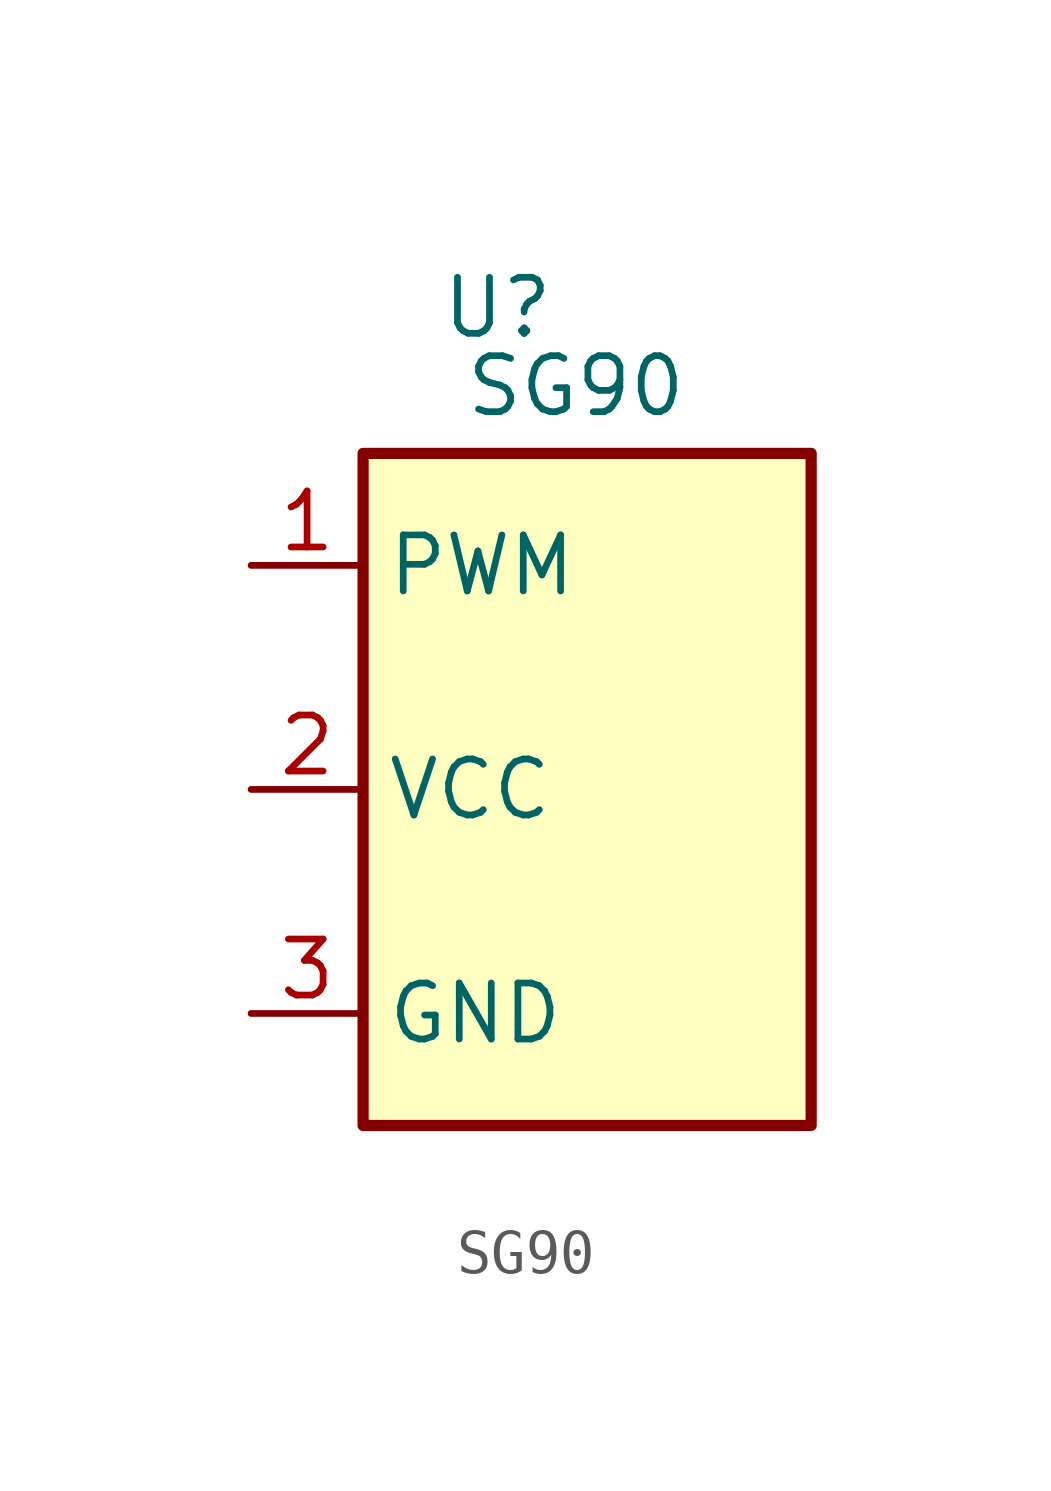
<source format=kicad_sym>
(kicad_symbol_lib
  (version 20241209)
  (generator "kicad_symbol_editor")
  (generator_version "9.0")
  (symbol "SG90"
    (property "Reference" "U"
      (at -2.032 10.922 0)
      (effects (font (size 1.27 1.27))))
    (property "Value" "SG90"
      (at -0.254 9.144 0)
      (effects (font (size 1.27 1.27))))
    (symbol "SG90_1_1"
      (rectangle (start -5.08 7.62) (end 5.08 -7.62) (stroke (width 0.254) (type default)) (fill (type background)))
      (pin input line (at -7.62 5.08 0) (length 2.54) (name "PWM" (effects (font (size 1.27 1.27)))) (number "1" (effects (font (size 1.27 1.27)))))
      (pin power_in line (at -7.62 0 0) (length 2.54) (name "VCC" (effects (font (size 1.27 1.27)))) (number "2" (effects (font (size 1.27 1.27)))))
      (pin power_in line (at -7.62 -5.08 0) (length 2.54) (name "GND" (effects (font (size 1.27 1.27)))) (number "3" (effects (font (size 1.27 1.27))))))))
</source>
